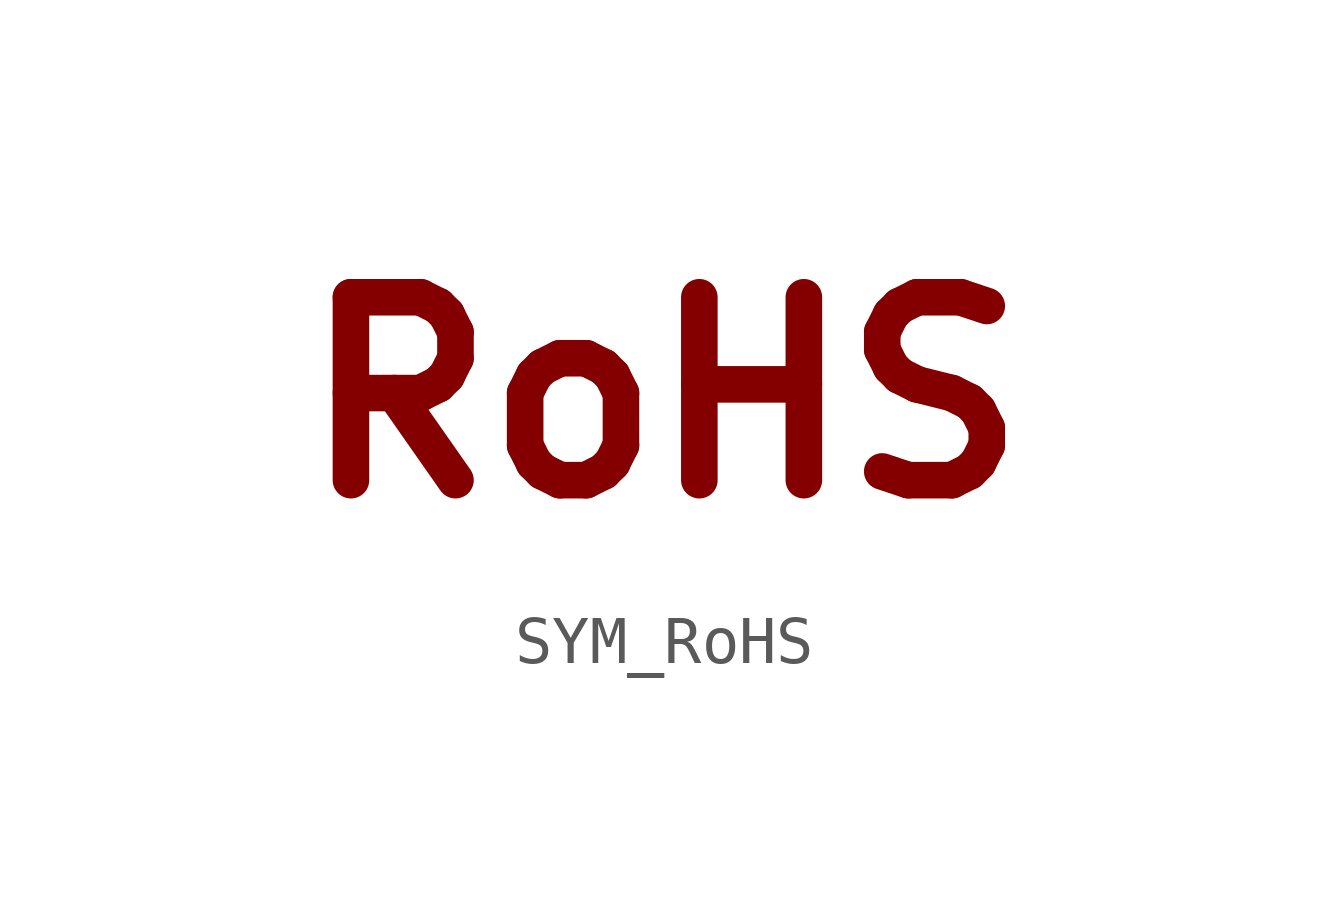
<source format=kicad_sym>
(kicad_symbol_lib
  (version 20231120)
  (generator "kicad_symbol_editor")
  (generator_version "8.0")
  (symbol "SYM_RoHS"
    (property "Reference" "#SYM"
      (at 0 3.81 0)
      (effects (font (size 1.27 1.27)) (hide yes)))
    (symbol "SYM_RoHS_1_0"
      (text "RoHS" (at 0 0 0) (effects (font (size 3.81 3.81) (bold yes)))))))
</source>
